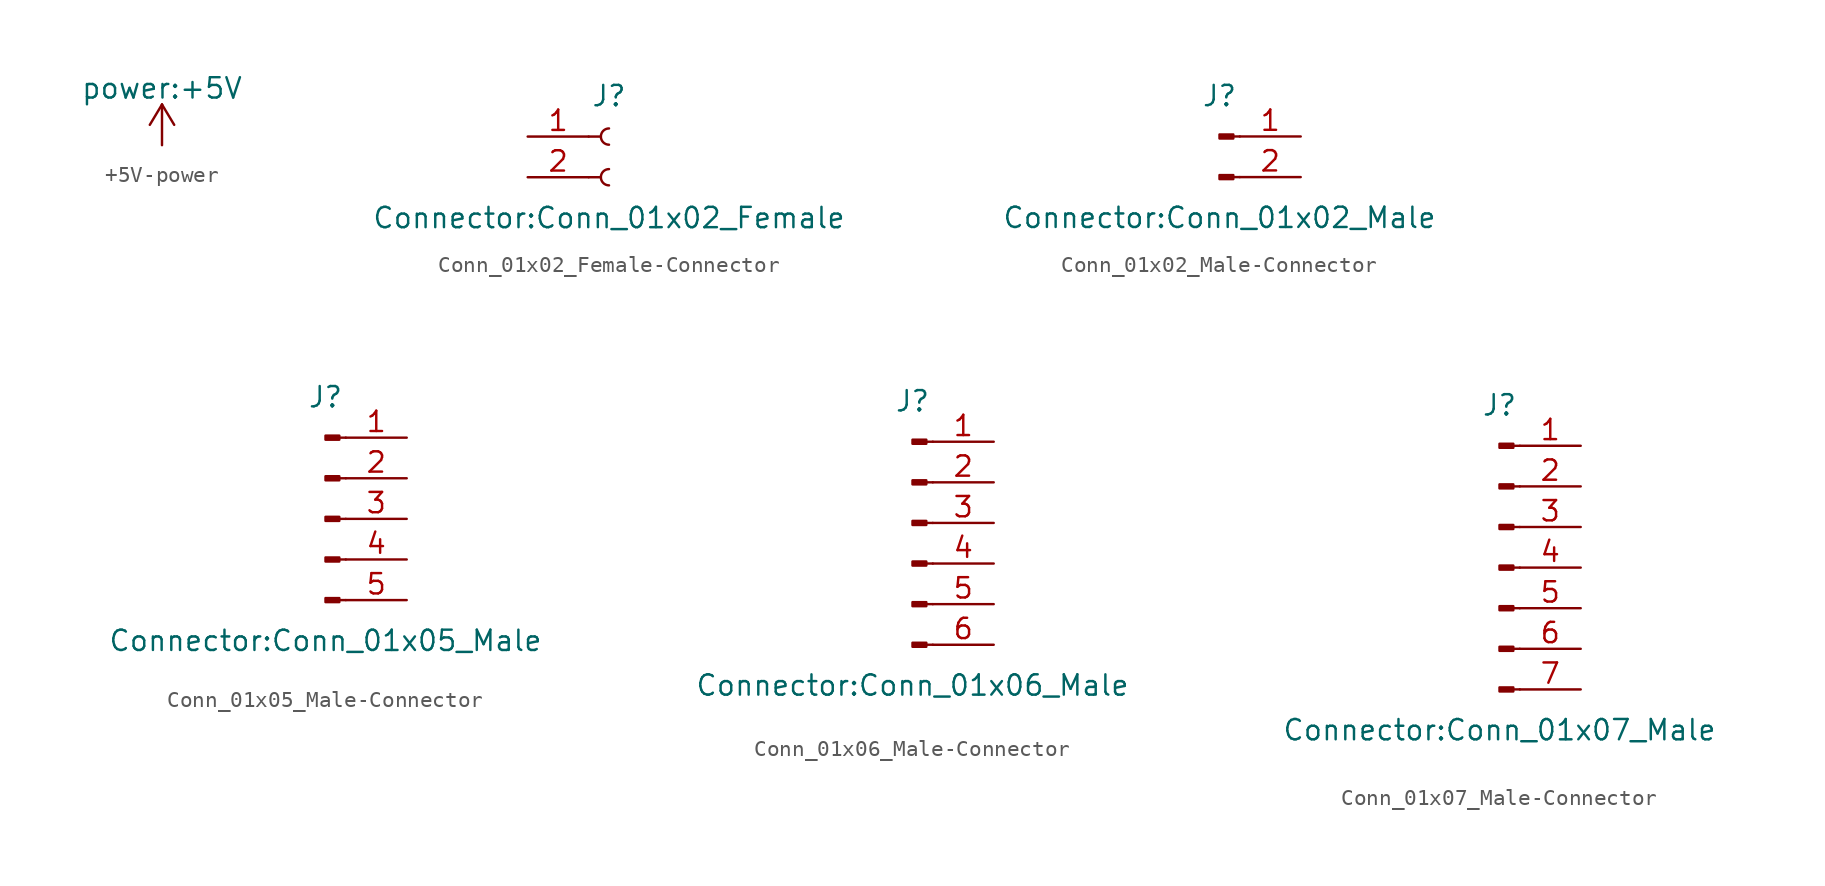
<source format=kicad_sym>
(kicad_symbol_lib
  (version 20241209)
  (generator "kicad_symbol_editor")
  (generator_version "9.0")
  (symbol "+5V-power"
    (power)
    (pin_names
      (offset 0))
    (property "Reference" "#PWR"
      (at 0 -3.81 0)
      (effects (font (size 1.27 1.27)) (hide yes)))
    (property "Value" "power:+5V"
      (at 0 3.556 0)
      (effects (font (size 1.27 1.27))))
    (symbol "+5V-power_0_1"
      (polyline (pts (xy -0.762 1.27) (xy 0 2.54)) (stroke (width 0) (type solid)) (fill (type none)))
      (polyline (pts (xy 0 2.54) (xy 0.762 1.27)) (stroke (width 0) (type solid)) (fill (type none)))
      (polyline (pts (xy 0 0) (xy 0 2.54)) (stroke (width 0) (type solid)) (fill (type none))))
    (symbol "+5V-power_1_1"
      (pin power_in line (at 0 0 90) (length 0) (hide yes) (name "+5V" (effects (font (size 1.27 1.27)))) (number "1" (effects (font (size 1.27 1.27)))))))
  (symbol "Conn_01x02_Female-Connector"
    (pin_names
      (offset 1.016)
      (hide yes))
    (property "Reference" "J"
      (at 0 2.54 0)
      (effects (font (size 1.27 1.27))))
    (property "Value" "Connector:Conn_01x02_Female"
      (at 0 -5.08 0)
      (effects (font (size 1.27 1.27))))
    (symbol "Conn_01x02_Female-Connector_1_1"
      (polyline (pts (xy -1.27 0) (xy -0.508 0)) (stroke (width 0.152) (type solid)) (fill (type none)))
      (polyline (pts (xy -1.27 -2.54) (xy -0.508 -2.54)) (stroke (width 0.152) (type solid)) (fill (type none)))
      (arc (start 0 -0.508) (mid -0.508 0) (end 0 0.508) (stroke (width 0.1524) (type solid)) (fill (type none)))
      (arc (start 0 -3.048) (mid -0.508 -2.54) (end 0 -2.032) (stroke (width 0.1524) (type solid)) (fill (type none)))
      (pin passive line (at -5.08 0 0) (length 3.81) (name "Pin_1" (effects (font (size 1.27 1.27)))) (number "1" (effects (font (size 1.27 1.27)))))
      (pin passive line (at -5.08 -2.54 0) (length 3.81) (name "Pin_2" (effects (font (size 1.27 1.27)))) (number "2" (effects (font (size 1.27 1.27)))))))
  (symbol "Conn_01x02_Male-Connector"
    (pin_names
      (offset 1.016)
      (hide yes))
    (property "Reference" "J"
      (at 0 2.54 0)
      (effects (font (size 1.27 1.27))))
    (property "Value" "Connector:Conn_01x02_Male"
      (at 0 -5.08 0)
      (effects (font (size 1.27 1.27))))
    (symbol "Conn_01x02_Male-Connector_1_1"
      (rectangle (start 0.864 0.127) (end 0 -0.127) (stroke (width 0.152) (type solid)) (fill (type outline)))
      (rectangle (start 0.864 -2.413) (end 0 -2.667) (stroke (width 0.152) (type solid)) (fill (type outline)))
      (polyline (pts (xy 1.27 0) (xy 0.864 0)) (stroke (width 0.152) (type solid)) (fill (type none)))
      (polyline (pts (xy 1.27 -2.54) (xy 0.864 -2.54)) (stroke (width 0.152) (type solid)) (fill (type none)))
      (pin passive line (at 5.08 0 180) (length 3.81) (name "Pin_1" (effects (font (size 1.27 1.27)))) (number "1" (effects (font (size 1.27 1.27)))))
      (pin passive line (at 5.08 -2.54 180) (length 3.81) (name "Pin_2" (effects (font (size 1.27 1.27)))) (number "2" (effects (font (size 1.27 1.27)))))))
  (symbol "Conn_01x05_Male-Connector"
    (pin_names
      (offset 1.016)
      (hide yes))
    (property "Reference" "J"
      (at 0 7.62 0)
      (effects (font (size 1.27 1.27))))
    (property "Value" "Connector:Conn_01x05_Male"
      (at 0 -7.62 0)
      (effects (font (size 1.27 1.27))))
    (symbol "Conn_01x05_Male-Connector_1_1"
      (rectangle (start 0.864 5.207) (end 0 4.953) (stroke (width 0.152) (type solid)) (fill (type outline)))
      (rectangle (start 0.864 2.667) (end 0 2.413) (stroke (width 0.152) (type solid)) (fill (type outline)))
      (rectangle (start 0.864 0.127) (end 0 -0.127) (stroke (width 0.152) (type solid)) (fill (type outline)))
      (rectangle (start 0.864 -2.413) (end 0 -2.667) (stroke (width 0.152) (type solid)) (fill (type outline)))
      (rectangle (start 0.864 -4.953) (end 0 -5.207) (stroke (width 0.152) (type solid)) (fill (type outline)))
      (polyline (pts (xy 1.27 5.08) (xy 0.864 5.08)) (stroke (width 0.152) (type solid)) (fill (type none)))
      (polyline (pts (xy 1.27 2.54) (xy 0.864 2.54)) (stroke (width 0.152) (type solid)) (fill (type none)))
      (polyline (pts (xy 1.27 0) (xy 0.864 0)) (stroke (width 0.152) (type solid)) (fill (type none)))
      (polyline (pts (xy 1.27 -2.54) (xy 0.864 -2.54)) (stroke (width 0.152) (type solid)) (fill (type none)))
      (polyline (pts (xy 1.27 -5.08) (xy 0.864 -5.08)) (stroke (width 0.152) (type solid)) (fill (type none)))
      (pin passive line (at 5.08 5.08 180) (length 3.81) (name "Pin_1" (effects (font (size 1.27 1.27)))) (number "1" (effects (font (size 1.27 1.27)))))
      (pin passive line (at 5.08 2.54 180) (length 3.81) (name "Pin_2" (effects (font (size 1.27 1.27)))) (number "2" (effects (font (size 1.27 1.27)))))
      (pin passive line (at 5.08 0 180) (length 3.81) (name "Pin_3" (effects (font (size 1.27 1.27)))) (number "3" (effects (font (size 1.27 1.27)))))
      (pin passive line (at 5.08 -2.54 180) (length 3.81) (name "Pin_4" (effects (font (size 1.27 1.27)))) (number "4" (effects (font (size 1.27 1.27)))))
      (pin passive line (at 5.08 -5.08 180) (length 3.81) (name "Pin_5" (effects (font (size 1.27 1.27)))) (number "5" (effects (font (size 1.27 1.27)))))))
  (symbol "Conn_01x06_Male-Connector"
    (pin_names
      (offset 1.016)
      (hide yes))
    (property "Reference" "J"
      (at 0 7.62 0)
      (effects (font (size 1.27 1.27))))
    (property "Value" "Connector:Conn_01x06_Male"
      (at 0 -10.16 0)
      (effects (font (size 1.27 1.27))))
    (symbol "Conn_01x06_Male-Connector_1_1"
      (rectangle (start 0.864 5.207) (end 0 4.953) (stroke (width 0.152) (type solid)) (fill (type outline)))
      (rectangle (start 0.864 2.667) (end 0 2.413) (stroke (width 0.152) (type solid)) (fill (type outline)))
      (rectangle (start 0.864 0.127) (end 0 -0.127) (stroke (width 0.152) (type solid)) (fill (type outline)))
      (rectangle (start 0.864 -2.413) (end 0 -2.667) (stroke (width 0.152) (type solid)) (fill (type outline)))
      (rectangle (start 0.864 -4.953) (end 0 -5.207) (stroke (width 0.152) (type solid)) (fill (type outline)))
      (rectangle (start 0.864 -7.493) (end 0 -7.747) (stroke (width 0.152) (type solid)) (fill (type outline)))
      (polyline (pts (xy 1.27 5.08) (xy 0.864 5.08)) (stroke (width 0.152) (type solid)) (fill (type none)))
      (polyline (pts (xy 1.27 2.54) (xy 0.864 2.54)) (stroke (width 0.152) (type solid)) (fill (type none)))
      (polyline (pts (xy 1.27 0) (xy 0.864 0)) (stroke (width 0.152) (type solid)) (fill (type none)))
      (polyline (pts (xy 1.27 -2.54) (xy 0.864 -2.54)) (stroke (width 0.152) (type solid)) (fill (type none)))
      (polyline (pts (xy 1.27 -5.08) (xy 0.864 -5.08)) (stroke (width 0.152) (type solid)) (fill (type none)))
      (polyline (pts (xy 1.27 -7.62) (xy 0.864 -7.62)) (stroke (width 0.152) (type solid)) (fill (type none)))
      (pin passive line (at 5.08 5.08 180) (length 3.81) (name "Pin_1" (effects (font (size 1.27 1.27)))) (number "1" (effects (font (size 1.27 1.27)))))
      (pin passive line (at 5.08 2.54 180) (length 3.81) (name "Pin_2" (effects (font (size 1.27 1.27)))) (number "2" (effects (font (size 1.27 1.27)))))
      (pin passive line (at 5.08 0 180) (length 3.81) (name "Pin_3" (effects (font (size 1.27 1.27)))) (number "3" (effects (font (size 1.27 1.27)))))
      (pin passive line (at 5.08 -2.54 180) (length 3.81) (name "Pin_4" (effects (font (size 1.27 1.27)))) (number "4" (effects (font (size 1.27 1.27)))))
      (pin passive line (at 5.08 -5.08 180) (length 3.81) (name "Pin_5" (effects (font (size 1.27 1.27)))) (number "5" (effects (font (size 1.27 1.27)))))
      (pin passive line (at 5.08 -7.62 180) (length 3.81) (name "Pin_6" (effects (font (size 1.27 1.27)))) (number "6" (effects (font (size 1.27 1.27)))))))
  (symbol "Conn_01x07_Male-Connector"
    (pin_names
      (offset 1.016)
      (hide yes))
    (property "Reference" "J"
      (at 0 10.16 0)
      (effects (font (size 1.27 1.27))))
    (property "Value" "Connector:Conn_01x07_Male"
      (at 0 -10.16 0)
      (effects (font (size 1.27 1.27))))
    (symbol "Conn_01x07_Male-Connector_1_1"
      (rectangle (start 0.864 7.747) (end 0 7.493) (stroke (width 0.152) (type solid)) (fill (type outline)))
      (rectangle (start 0.864 5.207) (end 0 4.953) (stroke (width 0.152) (type solid)) (fill (type outline)))
      (rectangle (start 0.864 2.667) (end 0 2.413) (stroke (width 0.152) (type solid)) (fill (type outline)))
      (rectangle (start 0.864 0.127) (end 0 -0.127) (stroke (width 0.152) (type solid)) (fill (type outline)))
      (rectangle (start 0.864 -2.413) (end 0 -2.667) (stroke (width 0.152) (type solid)) (fill (type outline)))
      (rectangle (start 0.864 -4.953) (end 0 -5.207) (stroke (width 0.152) (type solid)) (fill (type outline)))
      (rectangle (start 0.864 -7.493) (end 0 -7.747) (stroke (width 0.152) (type solid)) (fill (type outline)))
      (polyline (pts (xy 1.27 7.62) (xy 0.864 7.62)) (stroke (width 0.152) (type solid)) (fill (type none)))
      (polyline (pts (xy 1.27 5.08) (xy 0.864 5.08)) (stroke (width 0.152) (type solid)) (fill (type none)))
      (polyline (pts (xy 1.27 2.54) (xy 0.864 2.54)) (stroke (width 0.152) (type solid)) (fill (type none)))
      (polyline (pts (xy 1.27 0) (xy 0.864 0)) (stroke (width 0.152) (type solid)) (fill (type none)))
      (polyline (pts (xy 1.27 -2.54) (xy 0.864 -2.54)) (stroke (width 0.152) (type solid)) (fill (type none)))
      (polyline (pts (xy 1.27 -5.08) (xy 0.864 -5.08)) (stroke (width 0.152) (type solid)) (fill (type none)))
      (polyline (pts (xy 1.27 -7.62) (xy 0.864 -7.62)) (stroke (width 0.152) (type solid)) (fill (type none)))
      (pin passive line (at 5.08 7.62 180) (length 3.81) (name "Pin_1" (effects (font (size 1.27 1.27)))) (number "1" (effects (font (size 1.27 1.27)))))
      (pin passive line (at 5.08 5.08 180) (length 3.81) (name "Pin_2" (effects (font (size 1.27 1.27)))) (number "2" (effects (font (size 1.27 1.27)))))
      (pin passive line (at 5.08 2.54 180) (length 3.81) (name "Pin_3" (effects (font (size 1.27 1.27)))) (number "3" (effects (font (size 1.27 1.27)))))
      (pin passive line (at 5.08 0 180) (length 3.81) (name "Pin_4" (effects (font (size 1.27 1.27)))) (number "4" (effects (font (size 1.27 1.27)))))
      (pin passive line (at 5.08 -2.54 180) (length 3.81) (name "Pin_5" (effects (font (size 1.27 1.27)))) (number "5" (effects (font (size 1.27 1.27)))))
      (pin passive line (at 5.08 -5.08 180) (length 3.81) (name "Pin_6" (effects (font (size 1.27 1.27)))) (number "6" (effects (font (size 1.27 1.27)))))
      (pin passive line (at 5.08 -7.62 180) (length 3.81) (name "Pin_7" (effects (font (size 1.27 1.27)))) (number "7" (effects (font (size 1.27 1.27))))))))
</source>
